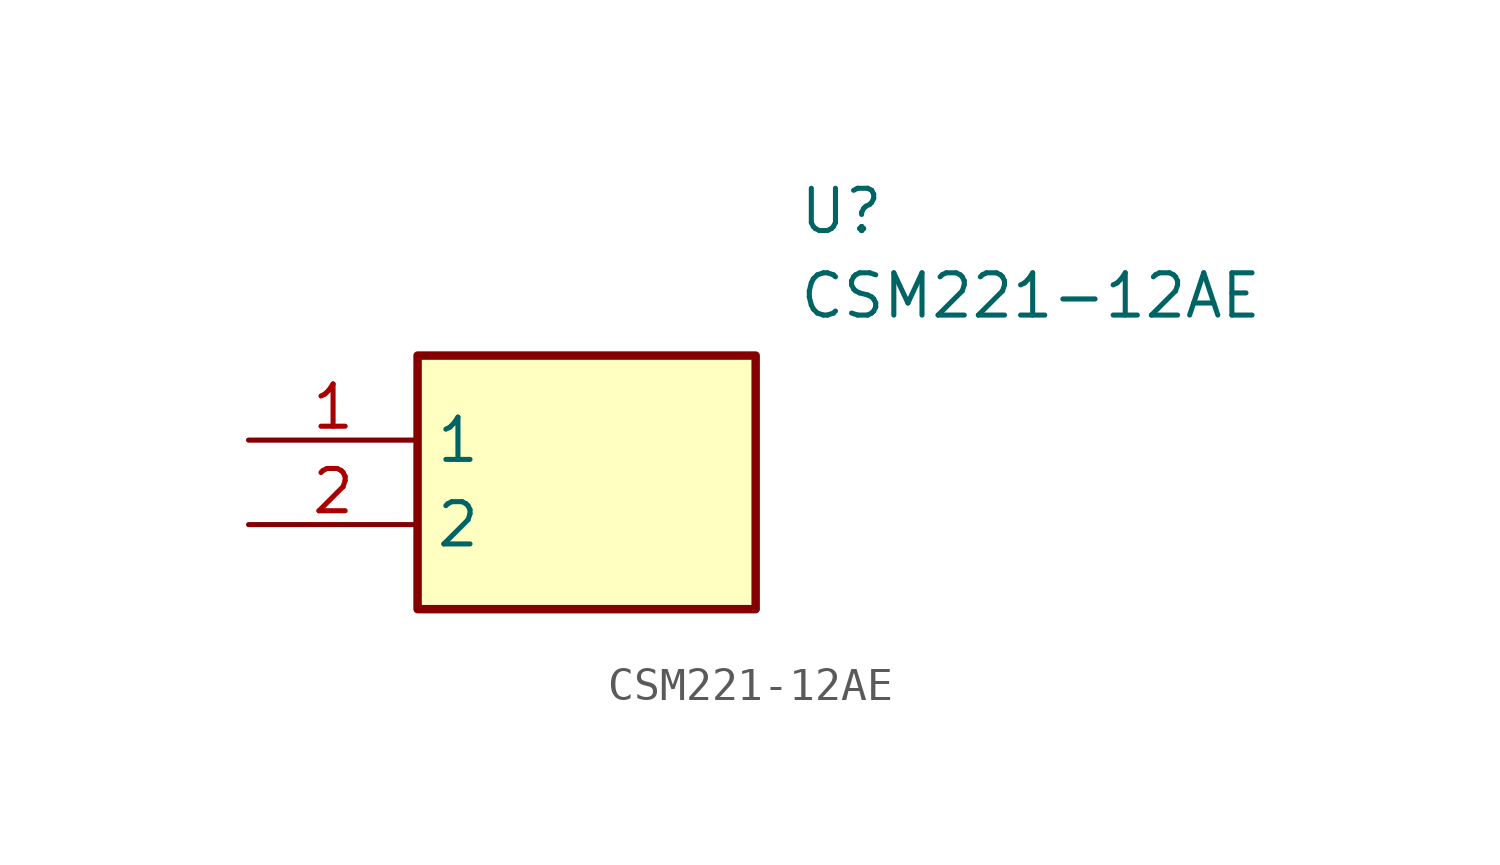
<source format=kicad_sym>
(kicad_symbol_lib
  (version 20211014)
  (generator SamacSys_ECAD_Model)
  (symbol "CSM221-12AE"
    (property "Reference" "U"
      (at 16.51 7.62 0)
      (effects (font (size 1.27 1.27)) (justify left top)))
    (property "Value" "CSM221-12AE"
      (at 16.51 5.08 0)
      (effects (font (size 1.27 1.27)) (justify left top)))
    (rectangle
      (start 5.08 2.54)
      (end 15.24 -5.08)
      (stroke (width 0.254) (type default))
      (fill (type background)))
    (pin passive line
      (at 0 0 0)
      (length 5.08)
      (name "1" (effects (font (size 1.27 1.27))))
      (number "1" (effects (font (size 1.27 1.27)))))
    (pin passive line
      (at 0 -2.54 0)
      (length 5.08)
      (name "2" (effects (font (size 1.27 1.27))))
      (number "2" (effects (font (size 1.27 1.27)))))))
</source>
